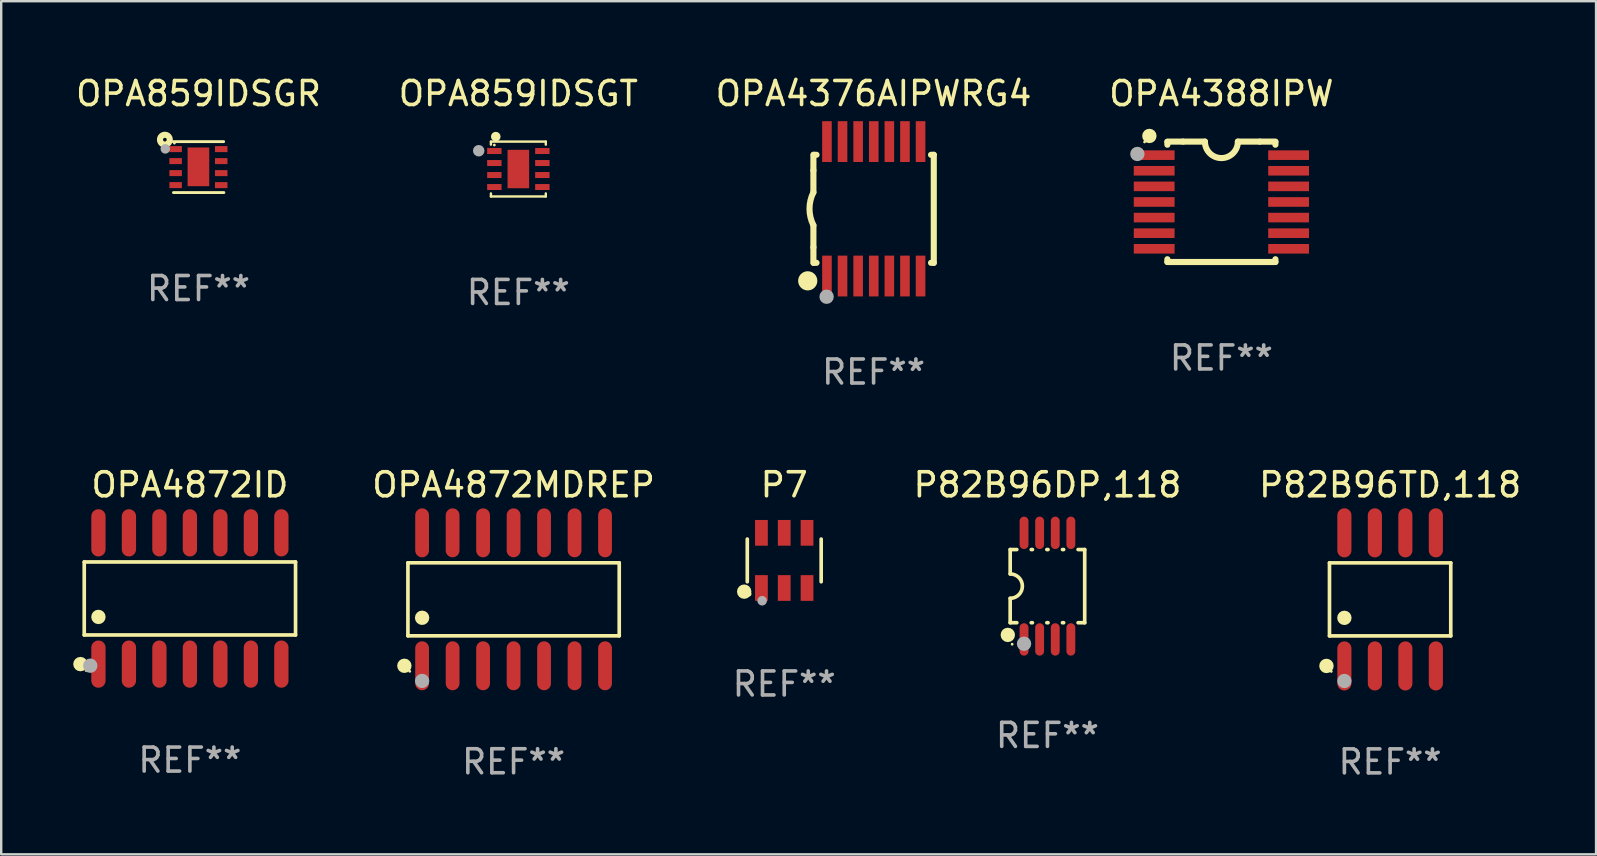
<source format=kicad_pcb>
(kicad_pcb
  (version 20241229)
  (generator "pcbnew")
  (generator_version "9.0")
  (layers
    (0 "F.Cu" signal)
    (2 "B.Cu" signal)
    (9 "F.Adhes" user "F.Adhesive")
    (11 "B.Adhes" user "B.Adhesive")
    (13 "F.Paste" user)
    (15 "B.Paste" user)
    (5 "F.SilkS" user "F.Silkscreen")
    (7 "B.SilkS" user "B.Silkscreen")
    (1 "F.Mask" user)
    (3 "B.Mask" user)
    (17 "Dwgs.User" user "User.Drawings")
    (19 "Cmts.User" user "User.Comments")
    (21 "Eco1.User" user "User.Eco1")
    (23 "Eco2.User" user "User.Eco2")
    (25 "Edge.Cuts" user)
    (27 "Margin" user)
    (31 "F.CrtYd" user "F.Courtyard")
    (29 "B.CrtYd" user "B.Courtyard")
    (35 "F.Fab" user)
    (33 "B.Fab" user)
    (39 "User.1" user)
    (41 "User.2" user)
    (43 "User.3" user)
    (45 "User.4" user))
  (footprint "OPA4872ID"
    (layer "F.Cu")
    (at 4.86 21.879)
    (property "Reference" "OPA4872ID" (at 0 -4.734 0) (layer "F.SilkS") (effects (font (size 1 1) (thickness 0.15))))
    (attr through_hole)
    (fp_line (start -4.401 -1.521) (end 4.401 -1.521) (stroke (width 0.152) (type solid)) (layer "F.SilkS"))
    (fp_line (start -4.401 1.521) (end -4.401 -1.521) (stroke (width 0.152) (type solid)) (layer "F.SilkS"))
    (fp_line (start 4.401 -1.521) (end 4.401 1.521) (stroke (width 0.152) (type solid)) (layer "F.SilkS"))
    (fp_line (start 4.401 1.521) (end -4.401 1.521) (stroke (width 0.152) (type solid)) (layer "F.SilkS"))
    (fp_circle (center -4.56 2.734) (end -4.41 2.734) (stroke (width 0.3) (type solid)) (fill no) (layer "F.SilkS"))
    (fp_circle (center -4.325 3) (end -4.295 3) (stroke (width 0.06) (type solid)) (fill no) (layer "F.SilkS"))
    (fp_circle (center -3.81 0.769) (end -3.66 0.769) (stroke (width 0.3) (type solid)) (fill no) (layer "F.SilkS"))
    (fp_circle (center -4.15 2.8) (end -4 2.8) (stroke (width 0.3) (type solid)) (fill no) (layer "F.Fab"))
    (fp_text user "REF**" (at 0 6.734 0) (layer "F.Fab") (effects (font (size 1 1) (thickness 0.15))))
    (pad "1" smd oval (at -3.81 2.734) (size 0.595 1.968) (layers "F.Cu" "F.Mask" "F.Paste"))
    (pad "2" smd oval (at -2.54 2.734) (size 0.595 1.968) (layers "F.Cu" "F.Mask" "F.Paste"))
    (pad "3" smd oval (at -1.27 2.734) (size 0.595 1.968) (layers "F.Cu" "F.Mask" "F.Paste"))
    (pad "4" smd oval (at 0 2.734) (size 0.595 1.968) (layers "F.Cu" "F.Mask" "F.Paste"))
    (pad "5" smd oval (at 1.27 2.734) (size 0.595 1.968) (layers "F.Cu" "F.Mask" "F.Paste"))
    (pad "6" smd oval (at 2.54 2.734) (size 0.595 1.968) (layers "F.Cu" "F.Mask" "F.Paste"))
    (pad "7" smd oval (at 3.81 2.734) (size 0.595 1.968) (layers "F.Cu" "F.Mask" "F.Paste"))
    (pad "8" smd oval (at 3.81 -2.734) (size 0.595 1.968) (layers "F.Cu" "F.Mask" "F.Paste"))
    (pad "9" smd oval (at 2.54 -2.734) (size 0.595 1.968) (layers "F.Cu" "F.Mask" "F.Paste"))
    (pad "10" smd oval (at 1.27 -2.734) (size 0.595 1.968) (layers "F.Cu" "F.Mask" "F.Paste"))
    (pad "11" smd oval (at 0 -2.734) (size 0.595 1.968) (layers "F.Cu" "F.Mask" "F.Paste"))
    (pad "12" smd oval (at -1.27 -2.734) (size 0.595 1.968) (layers "F.Cu" "F.Mask" "F.Paste"))
    (pad "13" smd oval (at -2.54 -2.734) (size 0.595 1.968) (layers "F.Cu" "F.Mask" "F.Paste"))
    (pad "14" smd oval (at -3.81 -2.734) (size 0.595 1.968) (layers "F.Cu" "F.Mask" "F.Paste")))
  (footprint "OPA859IDSGT"
    (layer "F.Cu")
    (at 18.542 3.991)
    (property "Reference" "OPA859IDSGT" (at 0 -3.143 0) (layer "F.SilkS") (effects (font (size 1 1) (thickness 0.15))))
    (attr through_hole)
    (fp_line (start -1.143 -1.143) (end 1.143 -1.143) (stroke (width 0.1) (type solid)) (layer "F.SilkS"))
    (fp_line (start -1.143 -1.016) (end -1.143 -1.143) (stroke (width 0.1) (type solid)) (layer "F.SilkS"))
    (fp_line (start -1.143 1.016) (end -1.143 1.143) (stroke (width 0.1) (type solid)) (layer "F.SilkS"))
    (fp_line (start -1.143 1.143) (end 1.143 1.143) (stroke (width 0.1) (type solid)) (layer "F.SilkS"))
    (fp_line (start 1.143 -1.143) (end 1.143 -1.016) (stroke (width 0.1) (type solid)) (layer "F.SilkS"))
    (fp_line (start 1.143 1.143) (end 1.143 1.016) (stroke (width 0.1) (type solid)) (layer "F.SilkS"))
    (fp_circle (center -1 -1) (end -0.97 -1) (stroke (width 0.06) (type solid)) (fill no) (layer "F.SilkS"))
    (fp_circle (center -0.941 -1.35) (end -0.841 -1.35) (stroke (width 0.2) (type solid)) (fill no) (layer "F.SilkS"))
    (fp_circle (center -1.651 -0.762) (end -1.531 -0.762) (stroke (width 0.24) (type solid)) (fill no) (layer "F.Fab"))
    (fp_text user "REF**" (at 0 5.143 0) (layer "F.Fab") (effects (font (size 1 1) (thickness 0.15))))
    (pad "1" smd rect (at -1 -0.75) (size 0.6 0.25) (layers "F.Cu" "F.Mask" "F.Paste"))
    (pad "2" smd rect (at -1 -0.25) (size 0.6 0.25) (layers "F.Cu" "F.Mask" "F.Paste"))
    (pad "3" smd rect (at -1 0.25) (size 0.6 0.25) (layers "F.Cu" "F.Mask" "F.Paste"))
    (pad "4" smd rect (at -1 0.75) (size 0.6 0.25) (layers "F.Cu" "F.Mask" "F.Paste"))
    (pad "5" smd rect (at 1 0.75) (size 0.6 0.25) (layers "F.Cu" "F.Mask" "F.Paste"))
    (pad "6" smd rect (at 1 0.25) (size 0.6 0.25) (layers "F.Cu" "F.Mask" "F.Paste"))
    (pad "7" smd rect (at 1 -0.25) (size 0.6 0.25) (layers "F.Cu" "F.Mask" "F.Paste"))
    (pad "8" smd rect (at 1 -0.75) (size 0.6 0.25) (layers "F.Cu" "F.Mask" "F.Paste"))
    (pad "9" smd rect (at 0 0) (size 0.9 1.6) (layers "F.Cu" "F.Mask" "F.Paste")))
  (footprint "OPA4872MDREP"
    (layer "F.Cu")
    (at 18.343 21.914)
    (property "Reference" "OPA4872MDREP" (at 0 -4.769 0) (layer "F.SilkS") (effects (font (size 1 1) (thickness 0.15))))
    (attr through_hole)
    (fp_line (start -4.401 -1.521) (end 4.401 -1.521) (stroke (width 0.152) (type solid)) (layer "F.SilkS"))
    (fp_line (start -4.401 1.521) (end -4.401 -1.521) (stroke (width 0.152) (type solid)) (layer "F.SilkS"))
    (fp_line (start 4.401 -1.521) (end 4.401 1.521) (stroke (width 0.152) (type solid)) (layer "F.SilkS"))
    (fp_line (start 4.401 1.521) (end -4.401 1.521) (stroke (width 0.152) (type solid)) (layer "F.SilkS"))
    (fp_circle (center -4.549 2.769) (end -4.399 2.769) (stroke (width 0.3) (type solid)) (fill no) (layer "F.SilkS"))
    (fp_circle (center -4.325 3) (end -4.295 3) (stroke (width 0.06) (type solid)) (fill no) (layer "F.SilkS"))
    (fp_circle (center -3.81 0.769) (end -3.66 0.769) (stroke (width 0.3) (type solid)) (fill no) (layer "F.SilkS"))
    (fp_circle (center -3.81 3.4) (end -3.66 3.4) (stroke (width 0.3) (type solid)) (fill no) (layer "F.Fab"))
    (fp_text user "REF**" (at 0 6.769 0) (layer "F.Fab") (effects (font (size 1 1) (thickness 0.15))))
    (pad "1" smd oval (at -3.81 2.769) (size 0.574 2.038) (layers "F.Cu" "F.Mask" "F.Paste"))
    (pad "2" smd oval (at -2.54 2.769) (size 0.574 2.038) (layers "F.Cu" "F.Mask" "F.Paste"))
    (pad "3" smd oval (at -1.27 2.769) (size 0.574 2.038) (layers "F.Cu" "F.Mask" "F.Paste"))
    (pad "4" smd oval (at 0 2.769) (size 0.574 2.038) (layers "F.Cu" "F.Mask" "F.Paste"))
    (pad "5" smd oval (at 1.27 2.769) (size 0.574 2.038) (layers "F.Cu" "F.Mask" "F.Paste"))
    (pad "6" smd oval (at 2.54 2.769) (size 0.574 2.038) (layers "F.Cu" "F.Mask" "F.Paste"))
    (pad "7" smd oval (at 3.81 2.769) (size 0.574 2.038) (layers "F.Cu" "F.Mask" "F.Paste"))
    (pad "8" smd oval (at 3.81 -2.769) (size 0.574 2.038) (layers "F.Cu" "F.Mask" "F.Paste"))
    (pad "9" smd oval (at 2.54 -2.769) (size 0.574 2.038) (layers "F.Cu" "F.Mask" "F.Paste"))
    (pad "10" smd oval (at 1.27 -2.769) (size 0.574 2.038) (layers "F.Cu" "F.Mask" "F.Paste"))
    (pad "11" smd oval (at 0 -2.769) (size 0.574 2.038) (layers "F.Cu" "F.Mask" "F.Paste"))
    (pad "12" smd oval (at -1.27 -2.769) (size 0.574 2.038) (layers "F.Cu" "F.Mask" "F.Paste"))
    (pad "13" smd oval (at -2.54 -2.769) (size 0.574 2.038) (layers "F.Cu" "F.Mask" "F.Paste"))
    (pad "14" smd oval (at -3.81 -2.769) (size 0.574 2.038) (layers "F.Cu" "F.Mask" "F.Paste")))
  (footprint "P82B96TD,118"
    (layer "F.Cu")
    (at 54.855 21.917)
    (property "Reference" "P82B96TD,118" (at 0 -4.772 0) (layer "F.SilkS") (effects (font (size 1 1) (thickness 0.15))))
    (attr through_hole)
    (fp_line (start -2.526 -1.521) (end 2.526 -1.521) (stroke (width 0.152) (type solid)) (layer "F.SilkS"))
    (fp_line (start -2.526 1.521) (end -2.526 -1.521) (stroke (width 0.152) (type solid)) (layer "F.SilkS"))
    (fp_line (start 2.526 -1.521) (end 2.526 1.521) (stroke (width 0.152) (type solid)) (layer "F.SilkS"))
    (fp_line (start 2.526 1.521) (end -2.526 1.521) (stroke (width 0.152) (type solid)) (layer "F.SilkS"))
    (fp_circle (center -2.652 2.772) (end -2.501 2.772) (stroke (width 0.3) (type solid)) (fill no) (layer "F.SilkS"))
    (fp_circle (center -2.45 3) (end -2.42 3) (stroke (width 0.06) (type solid)) (fill no) (layer "F.SilkS"))
    (fp_circle (center -1.905 0.769) (end -1.755 0.769) (stroke (width 0.3) (type solid)) (fill no) (layer "F.SilkS"))
    (fp_circle (center -1.905 3.4) (end -1.755 3.4) (stroke (width 0.3) (type solid)) (fill no) (layer "F.Fab"))
    (fp_text user "REF**" (at 0 6.772 0) (layer "F.Fab") (effects (font (size 1 1) (thickness 0.15))))
    (pad "1" smd oval (at -1.905 2.772) (size 0.588 2.045) (layers "F.Cu" "F.Mask" "F.Paste"))
    (pad "2" smd oval (at -0.635 2.772) (size 0.588 2.045) (layers "F.Cu" "F.Mask" "F.Paste"))
    (pad "3" smd oval (at 0.635 2.772) (size 0.588 2.045) (layers "F.Cu" "F.Mask" "F.Paste"))
    (pad "4" smd oval (at 1.905 2.772) (size 0.588 2.045) (layers "F.Cu" "F.Mask" "F.Paste"))
    (pad "5" smd oval (at 1.905 -2.772) (size 0.588 2.045) (layers "F.Cu" "F.Mask" "F.Paste"))
    (pad "6" smd oval (at 0.635 -2.772) (size 0.588 2.045) (layers "F.Cu" "F.Mask" "F.Paste"))
    (pad "7" smd oval (at -0.635 -2.772) (size 0.588 2.045) (layers "F.Cu" "F.Mask" "F.Paste"))
    (pad "8" smd oval (at -1.905 -2.772) (size 0.588 2.045) (layers "F.Cu" "F.Mask" "F.Paste")))
  (footprint "OPA4376AIPWRG4"
    (layer "F.Cu")
    (at 33.339 5.648)
    (property "Reference" "OPA4376AIPWRG4" (at 0 -4.8 0) (layer "F.SilkS") (effects (font (size 1 1) (thickness 0.15))))
    (attr through_hole)
    (fp_line (start -2.507 -1.6) (end -2.507 -2.25) (stroke (width 0.254) (type solid)) (layer "F.SilkS"))
    (fp_line (start -2.507 -0.686) (end -2.507 -1.6) (stroke (width 0.254) (type solid)) (layer "F.SilkS"))
    (fp_line (start -2.507 1.6) (end -2.507 0.686) (stroke (width 0.254) (type solid)) (layer "F.SilkS"))
    (fp_line (start -2.507 1.6) (end -2.507 2.25) (stroke (width 0.254) (type solid)) (layer "F.SilkS"))
    (fp_line (start -2.493 -2.25) (end -2.377 -2.25) (stroke (width 0.254) (type solid)) (layer "F.SilkS"))
    (fp_line (start -2.377 2.25) (end -2.493 2.25) (stroke (width 0.254) (type solid)) (layer "F.SilkS"))
    (fp_line (start 2.392 -2.25) (end 2.507 -2.25) (stroke (width 0.254) (type solid)) (layer "F.SilkS"))
    (fp_line (start 2.507 -2.25) (end 2.507 2.25) (stroke (width 0.254) (type solid)) (layer "F.SilkS"))
    (fp_line (start 2.507 2.25) (end 2.392 2.25) (stroke (width 0.254) (type solid)) (layer "F.SilkS"))
    (fp_arc (start -2.507303 0.685802) (mid -2.669199 0) (end -2.507303 -0.685801) (stroke (width 0.254001) (type solid)) (layer "F.SilkS"))
    (fp_circle (center -2.743 3) (end -2.543 3) (stroke (width 0.4) (type solid)) (fill no) (layer "F.SilkS"))
    (fp_circle (center -2.493 3.2) (end -2.463 3.2) (stroke (width 0.06) (type solid)) (fill no) (layer "F.SilkS"))
    (fp_circle (center -1.957 3.662) (end -1.807 3.662) (stroke (width 0.3) (type solid)) (fill no) (layer "F.Fab"))
    (fp_text user "REF**" (at 0 6.8 0) (layer "F.Fab") (effects (font (size 1 1) (thickness 0.15))))
    (pad "1" smd rect (at -1.943 2.8) (size 0.4 1.7) (layers "F.Cu" "F.Mask" "F.Paste"))
    (pad "2" smd rect (at -1.293 2.8) (size 0.4 1.7) (layers "F.Cu" "F.Mask" "F.Paste"))
    (pad "3" smd rect (at -0.643 2.8) (size 0.4 1.7) (layers "F.Cu" "F.Mask" "F.Paste"))
    (pad "4" smd rect (at 0.007 2.8) (size 0.4 1.7) (layers "F.Cu" "F.Mask" "F.Paste"))
    (pad "5" smd rect (at 0.657 2.8) (size 0.4 1.7) (layers "F.Cu" "F.Mask" "F.Paste"))
    (pad "6" smd rect (at 1.307 2.8) (size 0.4 1.7) (layers "F.Cu" "F.Mask" "F.Paste"))
    (pad "7" smd rect (at 1.957 2.8) (size 0.4 1.7) (layers "F.Cu" "F.Mask" "F.Paste"))
    (pad "8" smd rect (at 1.957 -2.8) (size 0.4 1.7) (layers "F.Cu" "F.Mask" "F.Paste"))
    (pad "9" smd rect (at 1.307 -2.8) (size 0.4 1.7) (layers "F.Cu" "F.Mask" "F.Paste"))
    (pad "10" smd rect (at 0.657 -2.8) (size 0.4 1.7) (layers "F.Cu" "F.Mask" "F.Paste"))
    (pad "11" smd rect (at 0.007 -2.8) (size 0.4 1.7) (layers "F.Cu" "F.Mask" "F.Paste"))
    (pad "12" smd rect (at -0.643 -2.8) (size 0.4 1.7) (layers "F.Cu" "F.Mask" "F.Paste"))
    (pad "13" smd rect (at -1.293 -2.8) (size 0.4 1.7) (layers "F.Cu" "F.Mask" "F.Paste"))
    (pad "14" smd rect (at -1.943 -2.8) (size 0.4 1.7) (layers "F.Cu" "F.Mask" "F.Paste")))
  (footprint "P7"
    (layer "F.Cu")
    (at 29.617 20.294)
    (property "Reference" "P7" (at 0 -3.149 0) (layer "F.SilkS") (effects (font (size 1 1) (thickness 0.15))))
    (attr through_hole)
    (fp_line (start -1.539 0.889) (end -1.539 -0.889) (stroke (width 0.152) (type solid)) (layer "F.SilkS"))
    (fp_line (start 1.539 0.889) (end 1.539 -0.889) (stroke (width 0.152) (type solid)) (layer "F.SilkS"))
    (fp_circle (center -1.668 1.301) (end -1.518 1.301) (stroke (width 0.3) (type solid)) (fill no) (layer "F.SilkS"))
    (fp_circle (center -1.463 1.4) (end -1.413 1.4) (stroke (width 0.1) (type solid)) (fill no) (layer "F.SilkS"))
    (fp_circle (center -0.92 1.68) (end -0.82 1.68) (stroke (width 0.2) (type solid)) (fill no) (layer "F.Fab"))
    (fp_text user "REF**" (at 0 5.149 0) (layer "F.Fab") (effects (font (size 1 1) (thickness 0.15))))
    (pad "1" smd rect (at -0.95 1.149) (size 0.532 1.072) (layers "F.Cu" "F.Mask" "F.Paste"))
    (pad "2" smd rect (at 0 1.149) (size 0.532 1.072) (layers "F.Cu" "F.Mask" "F.Paste"))
    (pad "3" smd rect (at 0.95 1.149) (size 0.532 1.072) (layers "F.Cu" "F.Mask" "F.Paste"))
    (pad "4" smd rect (at 0.95 -1.149) (size 0.532 1.072) (layers "F.Cu" "F.Mask" "F.Paste"))
    (pad "5" smd rect (at 0 -1.149) (size 0.532 1.072) (layers "F.Cu" "F.Mask" "F.Paste"))
    (pad "6" smd rect (at -0.95 -1.149) (size 0.532 1.072) (layers "F.Cu" "F.Mask" "F.Paste")))
  (footprint "P82B96DP,118"
    (layer "F.Cu")
    (at 40.581 21.365)
    (property "Reference" "P82B96DP,118" (at 0 -4.22 0) (layer "F.SilkS") (effects (font (size 1 1) (thickness 0.15))))
    (attr through_hole)
    (fp_line (start -1.552 -1.524) (end -1.276 -1.524) (stroke (width 0.152) (type solid)) (layer "F.SilkS"))
    (fp_line (start -1.552 -0.508) (end -1.552 -1.524) (stroke (width 0.152) (type solid)) (layer "F.SilkS"))
    (fp_line (start -1.552 1.524) (end -1.552 0.508) (stroke (width 0.152) (type solid)) (layer "F.SilkS"))
    (fp_line (start -1.552 1.524) (end -1.276 1.524) (stroke (width 0.152) (type solid)) (layer "F.SilkS"))
    (fp_line (start -0.674 -1.524) (end -0.626 -1.524) (stroke (width 0.152) (type solid)) (layer "F.SilkS"))
    (fp_line (start -0.674 1.524) (end -0.626 1.524) (stroke (width 0.152) (type solid)) (layer "F.SilkS"))
    (fp_line (start -0.024 -1.524) (end 0.024 -1.524) (stroke (width 0.152) (type solid)) (layer "F.SilkS"))
    (fp_line (start -0.024 1.524) (end 0.024 1.524) (stroke (width 0.152) (type solid)) (layer "F.SilkS"))
    (fp_line (start 0.626 -1.524) (end 0.674 -1.524) (stroke (width 0.152) (type solid)) (layer "F.SilkS"))
    (fp_line (start 0.626 1.524) (end 0.674 1.524) (stroke (width 0.152) (type solid)) (layer "F.SilkS"))
    (fp_line (start 1.276 1.524) (end 1.552 1.524) (stroke (width 0.152) (type solid)) (layer "F.SilkS"))
    (fp_line (start 1.276 -1.524) (end 1.552 -1.524) (stroke (width 0.152) (type solid)) (layer "F.SilkS"))
    (fp_line (start 1.552 -1.524) (end 1.552 1.524) (stroke (width 0.152) (type solid)) (layer "F.SilkS"))
    (fp_arc (start -1.551943 -0.508001) (mid -1.043942 0) (end -1.551943 0.508001) (stroke (width 0.151994) (type solid)) (layer "F.SilkS"))
    (fp_circle (center -1.651 2.032) (end -1.501 2.032) (stroke (width 0.3) (type solid)) (fill no) (layer "F.SilkS"))
    (fp_circle (center -1.47 2.42) (end -1.44 2.42) (stroke (width 0.06) (type solid)) (fill no) (layer "F.SilkS"))
    (fp_circle (center -0.975 2.4) (end -0.825 2.4) (stroke (width 0.3) (type solid)) (fill no) (layer "F.Fab"))
    (fp_text user "REF**" (at 0 6.22 0) (layer "F.Fab") (effects (font (size 1 1) (thickness 0.15))))
    (pad "1" smd oval (at -0.975 2.22) (size 0.37 1.35) (layers "F.Cu" "F.Mask" "F.Paste"))
    (pad "2" smd oval (at -0.325 2.22) (size 0.37 1.35) (layers "F.Cu" "F.Mask" "F.Paste"))
    (pad "3" smd oval (at 0.325 2.22) (size 0.37 1.35) (layers "F.Cu" "F.Mask" "F.Paste"))
    (pad "4" smd oval (at 0.975 2.22) (size 0.37 1.35) (layers "F.Cu" "F.Mask" "F.Paste"))
    (pad "5" smd oval (at 0.975 -2.22) (size 0.37 1.35) (layers "F.Cu" "F.Mask" "F.Paste"))
    (pad "6" smd oval (at 0.325 -2.22) (size 0.37 1.35) (layers "F.Cu" "F.Mask" "F.Paste"))
    (pad "7" smd oval (at -0.325 -2.22) (size 0.37 1.35) (layers "F.Cu" "F.Mask" "F.Paste"))
    (pad "8" smd oval (at -0.975 -2.22) (size 0.37 1.35) (layers "F.Cu" "F.Mask" "F.Paste")))
  (footprint "OPA859IDSGR"
    (layer "F.Cu")
    (at 5.22 3.91)
    (property "Reference" "OPA859IDSGR" (at 0 -3.061 0) (layer "F.SilkS") (effects (font (size 1 1) (thickness 0.15))))
    (attr through_hole)
    (fp_line (start -1.045 1.061) (end 1.055 1.061) (stroke (width 0.12) (type solid)) (layer "F.SilkS"))
    (fp_line (start 1.046 -1.061) (end -1.055 -1.061) (stroke (width 0.12) (type solid)) (layer "F.SilkS"))
    (fp_circle (center -1.402 -1.142) (end -1.325 -1.142) (stroke (width 0.254) (type solid)) (fill no) (layer "F.SilkS"))
    (fp_circle (center -1.005 -0.999) (end -0.975 -0.999) (stroke (width 0.06) (type solid)) (fill no) (layer "F.SilkS"))
    (fp_circle (center -1.384 -0.759) (end -1.284 -0.759) (stroke (width 0.2) (type solid)) (fill no) (layer "F.Fab"))
    (fp_text user "REF**" (at 0 5.061 0) (layer "F.Fab") (effects (font (size 1 1) (thickness 0.15))))
    (pad "1" smd rect (at -0.954 -0.749) (size 0.521 0.25) (layers "F.Cu" "F.Mask" "F.Paste"))
    (pad "2" smd rect (at -0.954 -0.249) (size 0.521 0.25) (layers "F.Cu" "F.Mask" "F.Paste"))
    (pad "3" smd rect (at -0.954 0.251) (size 0.521 0.25) (layers "F.Cu" "F.Mask" "F.Paste"))
    (pad "4" smd rect (at -0.954 0.751) (size 0.521 0.25) (layers "F.Cu" "F.Mask" "F.Paste"))
    (pad "5" smd rect (at 0.945 0.751) (size 0.521 0.25) (layers "F.Cu" "F.Mask" "F.Paste"))
    (pad "6" smd rect (at 0.945 0.251) (size 0.521 0.25) (layers "F.Cu" "F.Mask" "F.Paste"))
    (pad "7" smd rect (at 0.945 -0.249) (size 0.521 0.25) (layers "F.Cu" "F.Mask" "F.Paste"))
    (pad "8" smd rect (at 0.945 -0.749) (size 0.521 0.25) (layers "F.Cu" "F.Mask" "F.Paste"))
    (pad "9" smd rect (at -0.005 -0.011) (size 0.902 1.613) (layers "F.Cu" "F.Mask" "F.Paste")))
  (footprint "OPA4388IPW"
    (layer "F.Cu")
    (at 47.827 5.356)
    (property "Reference" "OPA4388IPW" (at 0 -4.507 0) (layer "F.SilkS") (effects (font (size 1 1) (thickness 0.15))))
    (attr through_hole)
    (fp_line (start -2.25 -2.377) (end -2.25 -2.493) (stroke (width 0.254) (type solid)) (layer "F.SilkS"))
    (fp_line (start -2.25 2.507) (end -2.25 2.392) (stroke (width 0.254) (type solid)) (layer "F.SilkS"))
    (fp_line (start -1.6 -2.507) (end -2.25 -2.507) (stroke (width 0.254) (type solid)) (layer "F.SilkS"))
    (fp_line (start -1.6 -2.507) (end -0.686 -2.507) (stroke (width 0.254) (type solid)) (layer "F.SilkS"))
    (fp_line (start 0.686 -2.507) (end 1.6 -2.507) (stroke (width 0.254) (type solid)) (layer "F.SilkS"))
    (fp_line (start 1.6 -2.507) (end 2.25 -2.507) (stroke (width 0.254) (type solid)) (layer "F.SilkS"))
    (fp_line (start 2.25 -2.493) (end 2.25 -2.377) (stroke (width 0.254) (type solid)) (layer "F.SilkS"))
    (fp_line (start 2.25 2.392) (end 2.25 2.507) (stroke (width 0.254) (type solid)) (layer "F.SilkS"))
    (fp_line (start 2.25 2.507) (end -2.25 2.507) (stroke (width 0.254) (type solid)) (layer "F.SilkS"))
    (fp_arc (start 0.685852 -2.507303) (mid 0.000051 -1.821502) (end -0.68575 -2.507303) (stroke (width 0.254001) (type solid)) (layer "F.SilkS"))
    (fp_circle (center -3.2 -2.493) (end -3.17 -2.493) (stroke (width 0.06) (type solid)) (fill no) (layer "F.SilkS"))
    (fp_circle (center -3 -2.743) (end -2.85 -2.743) (stroke (width 0.3) (type solid)) (fill no) (layer "F.SilkS"))
    (fp_circle (center -3.5 -1.993) (end -3.35 -1.993) (stroke (width 0.3) (type solid)) (fill no) (layer "F.Fab"))
    (fp_text user "REF**" (at 0 6.507 0) (layer "F.Fab") (effects (font (size 1 1) (thickness 0.15))))
    (pad "1" smd rect (at -2.8 -1.943) (size 1.7 0.4) (layers "F.Cu" "F.Mask" "F.Paste"))
    (pad "2" smd rect (at -2.8 -1.293) (size 1.7 0.4) (layers "F.Cu" "F.Mask" "F.Paste"))
    (pad "3" smd rect (at -2.8 -0.643) (size 1.7 0.4) (layers "F.Cu" "F.Mask" "F.Paste"))
    (pad "4" smd rect (at -2.8 0.007) (size 1.7 0.4) (layers "F.Cu" "F.Mask" "F.Paste"))
    (pad "5" smd rect (at -2.8 0.657) (size 1.7 0.4) (layers "F.Cu" "F.Mask" "F.Paste"))
    (pad "6" smd rect (at -2.8 1.307) (size 1.7 0.4) (layers "F.Cu" "F.Mask" "F.Paste"))
    (pad "7" smd rect (at -2.8 1.957) (size 1.7 0.4) (layers "F.Cu" "F.Mask" "F.Paste"))
    (pad "8" smd rect (at 2.8 1.957) (size 1.7 0.4) (layers "F.Cu" "F.Mask" "F.Paste"))
    (pad "9" smd rect (at 2.8 1.307) (size 1.7 0.4) (layers "F.Cu" "F.Mask" "F.Paste"))
    (pad "10" smd rect (at 2.8 0.657) (size 1.7 0.4) (layers "F.Cu" "F.Mask" "F.Paste"))
    (pad "11" smd rect (at 2.8 0.007) (size 1.7 0.4) (layers "F.Cu" "F.Mask" "F.Paste"))
    (pad "12" smd rect (at 2.8 -0.643) (size 1.7 0.4) (layers "F.Cu" "F.Mask" "F.Paste"))
    (pad "13" smd rect (at 2.8 -1.293) (size 1.7 0.4) (layers "F.Cu" "F.Mask" "F.Paste"))
    (pad "14" smd rect (at 2.8 -1.943) (size 1.7 0.4) (layers "F.Cu" "F.Mask" "F.Paste")))
  (gr_rect
    (start -3 -3)
    (end 63.433 32.538)
    (stroke (width 0.1) (type default))
    (fill no)
    (layer "Edge.Cuts")))
</source>
